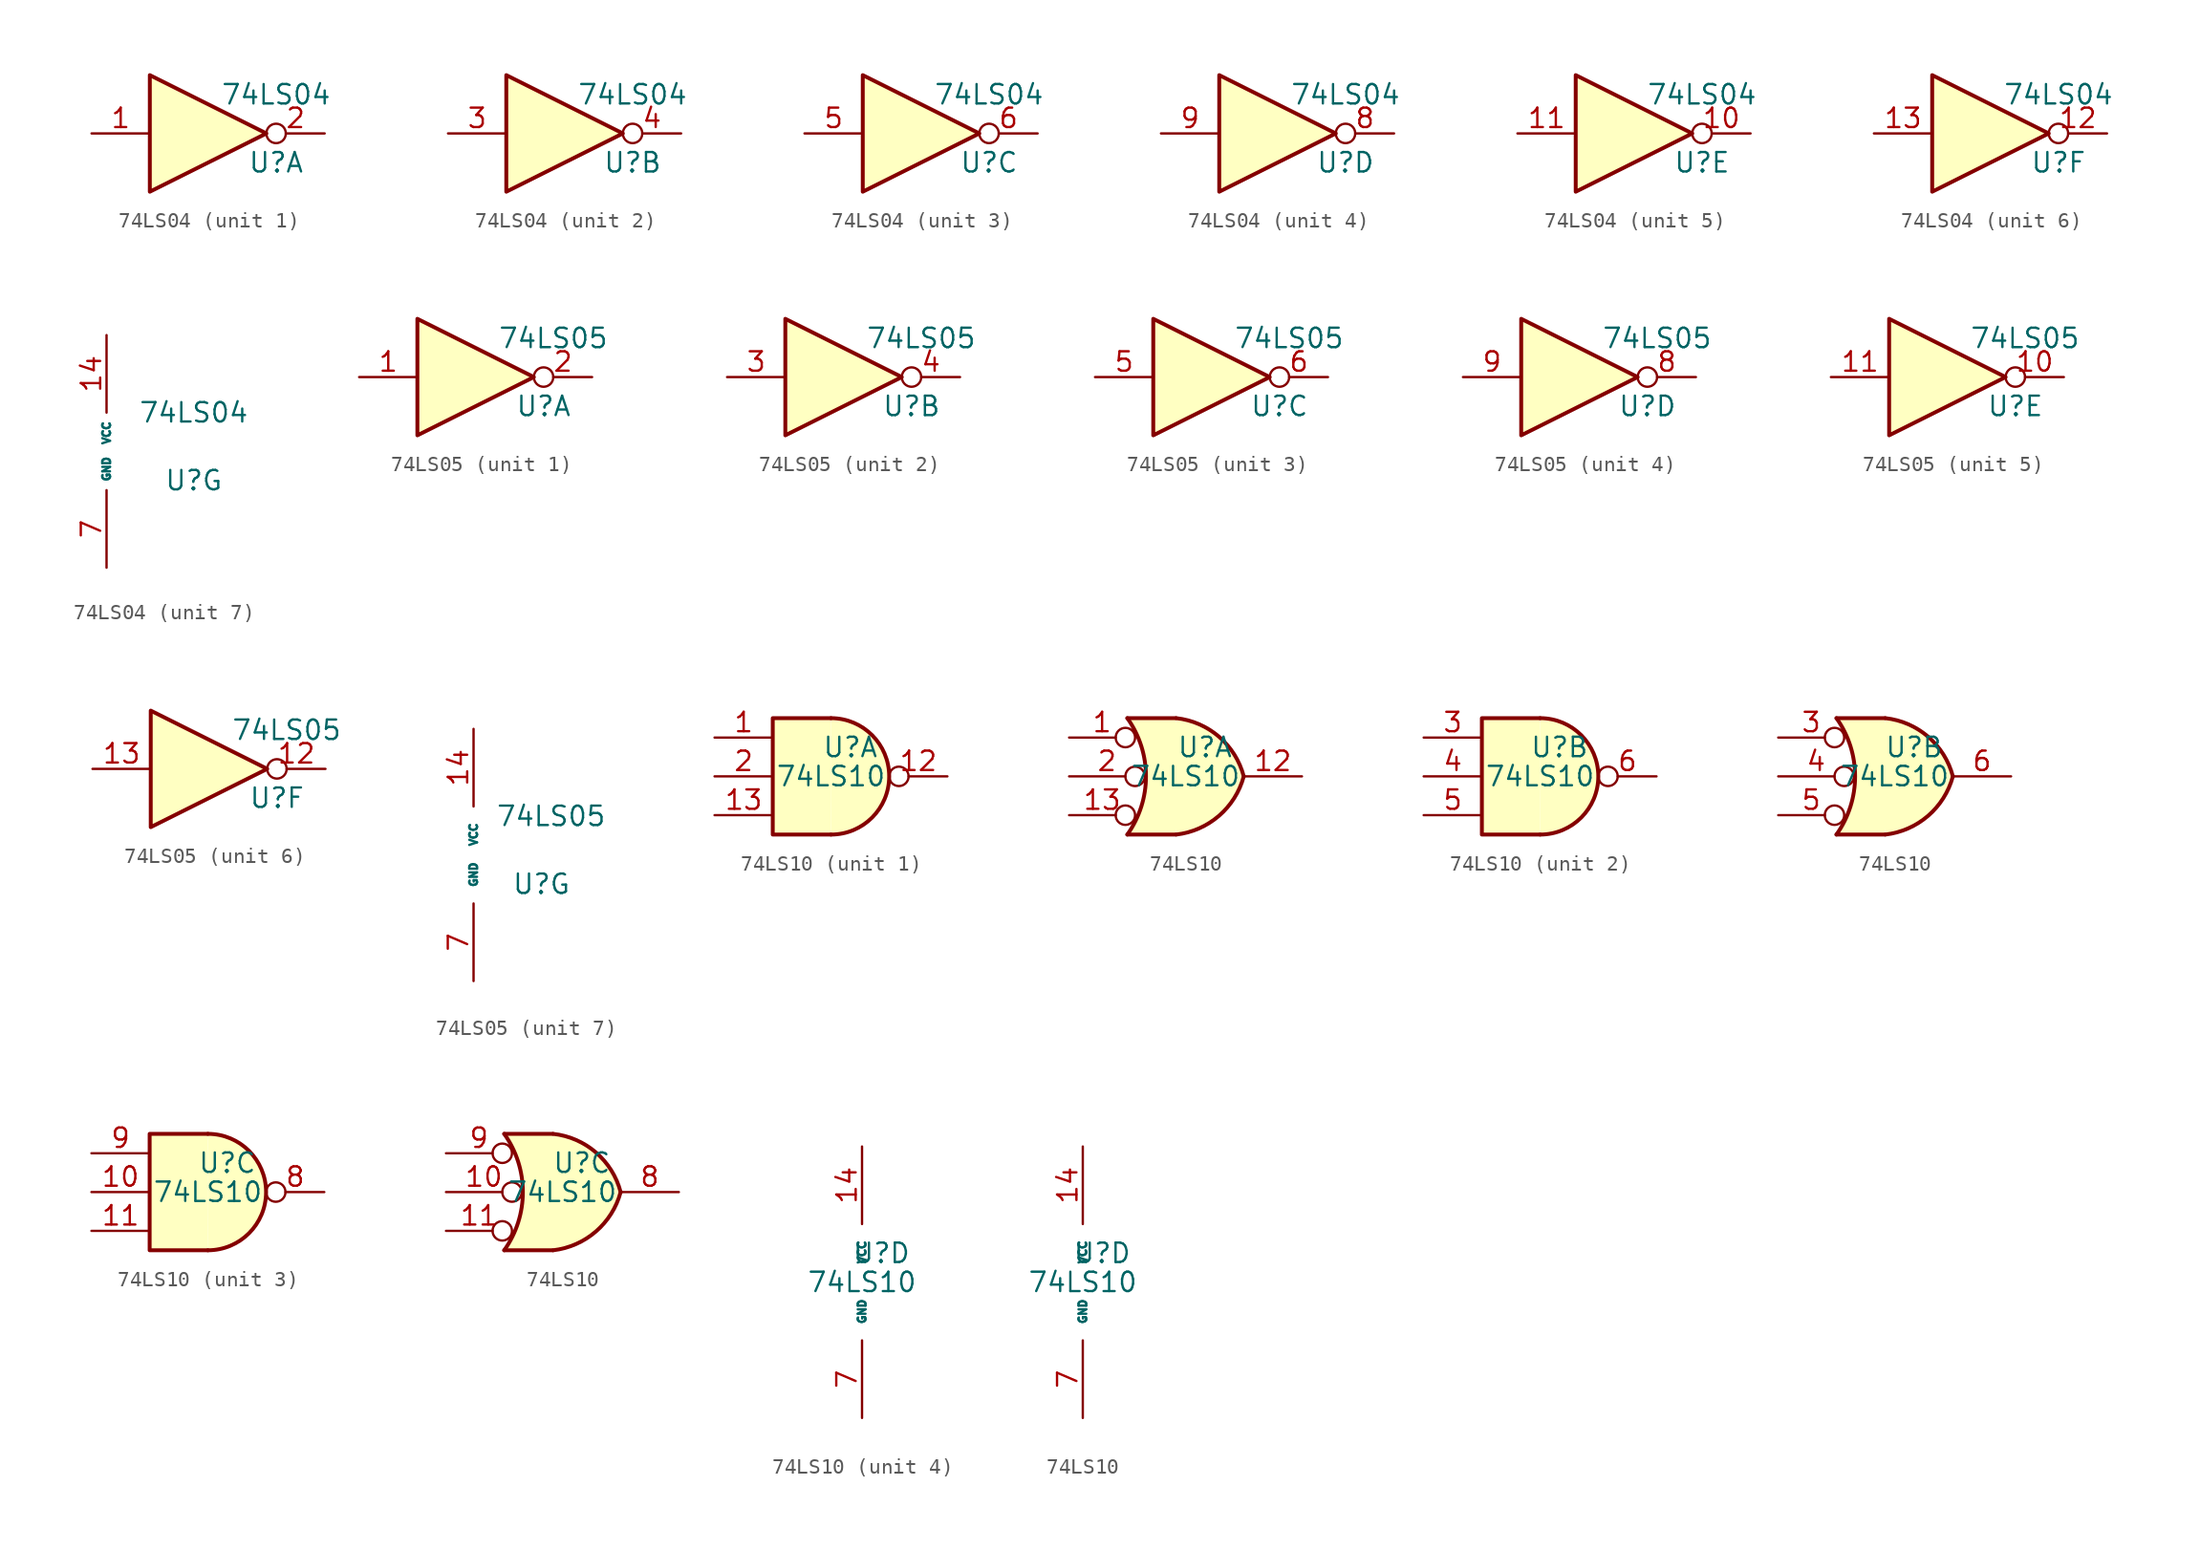
<source format=kicad_sym>
(kicad_symbol_lib
  (version 20211014)
  (generator kicad_symbol_editor)
  (symbol "74LS04"
    (property "Reference" "U"
      (at 4.445 -1.905 0)
      (effects (font (size 1.27 1.27))))
    (property "Value" "74LS04"
      (at 4.445 2.54 0)
      (effects (font (size 1.27 1.27))))
    (property "ki_locked" ""
      (at 0 0 0)
      (effects (font (size 1.27 1.27))))
    (symbol "74LS04_1_0"
      (polyline (pts (xy -3.81 3.81) (xy -3.81 -3.81) (xy 3.81 0) (xy -3.81 3.81)) (stroke (width 0.254) (type default) (color 0 0 0 0)) (fill (type background)))
      (pin input line (at -7.62 0 0) (length 3.81) (name "~" (effects (font (size 1.27 1.27)))) (number "1" (effects (font (size 1.27 1.27)))))
      (pin output inverted (at 7.62 0 180) (length 3.81) (name "~" (effects (font (size 1.27 1.27)))) (number "2" (effects (font (size 1.27 1.27))))))
    (symbol "74LS04_2_0"
      (polyline (pts (xy -3.81 3.81) (xy -3.81 -3.81) (xy 3.81 0) (xy -3.81 3.81)) (stroke (width 0.254) (type default) (color 0 0 0 0)) (fill (type background)))
      (pin input line (at -7.62 0 0) (length 3.81) (name "~" (effects (font (size 1.27 1.27)))) (number "3" (effects (font (size 1.27 1.27)))))
      (pin output inverted (at 7.62 0 180) (length 3.81) (name "~" (effects (font (size 1.27 1.27)))) (number "4" (effects (font (size 1.27 1.27))))))
    (symbol "74LS04_3_0"
      (polyline (pts (xy -3.81 3.81) (xy -3.81 -3.81) (xy 3.81 0) (xy -3.81 3.81)) (stroke (width 0.254) (type default) (color 0 0 0 0)) (fill (type background)))
      (pin input line (at -7.62 0 0) (length 3.81) (name "~" (effects (font (size 1.27 1.27)))) (number "5" (effects (font (size 1.27 1.27)))))
      (pin output inverted (at 7.62 0 180) (length 3.81) (name "~" (effects (font (size 1.27 1.27)))) (number "6" (effects (font (size 1.27 1.27))))))
    (symbol "74LS04_4_0"
      (polyline (pts (xy -3.81 3.81) (xy -3.81 -3.81) (xy 3.81 0) (xy -3.81 3.81)) (stroke (width 0.254) (type default) (color 0 0 0 0)) (fill (type background)))
      (pin output inverted (at 7.62 0 180) (length 3.81) (name "~" (effects (font (size 1.27 1.27)))) (number "8" (effects (font (size 1.27 1.27)))))
      (pin input line (at -7.62 0 0) (length 3.81) (name "~" (effects (font (size 1.27 1.27)))) (number "9" (effects (font (size 1.27 1.27))))))
    (symbol "74LS04_5_0"
      (polyline (pts (xy -3.81 3.81) (xy -3.81 -3.81) (xy 3.81 0) (xy -3.81 3.81)) (stroke (width 0.254) (type default) (color 0 0 0 0)) (fill (type background)))
      (pin output inverted (at 7.62 0 180) (length 3.81) (name "~" (effects (font (size 1.27 1.27)))) (number "10" (effects (font (size 1.27 1.27)))))
      (pin input line (at -7.62 0 0) (length 3.81) (name "~" (effects (font (size 1.27 1.27)))) (number "11" (effects (font (size 1.27 1.27))))))
    (symbol "74LS04_6_0"
      (polyline (pts (xy -3.81 3.81) (xy -3.81 -3.81) (xy 3.81 0) (xy -3.81 3.81)) (stroke (width 0.254) (type default) (color 0 0 0 0)) (fill (type background)))
      (pin output inverted (at 7.62 0 180) (length 3.81) (name "~" (effects (font (size 1.27 1.27)))) (number "12" (effects (font (size 1.27 1.27)))))
      (pin input line (at -7.62 0 0) (length 3.81) (name "~" (effects (font (size 1.27 1.27)))) (number "13" (effects (font (size 1.27 1.27))))))
    (symbol "74LS04_7_0"
      (pin power_in line (at -1.27 7.62 270) (length 5.08) (name "VCC" (effects (font (size 0.508 0.508)))) (number "14" (effects (font (size 1.27 1.27)))))
      (pin power_in line (at -1.27 -7.62 90) (length 5.08) (name "GND" (effects (font (size 0.508 0.508)))) (number "7" (effects (font (size 1.27 1.27)))))))
  (symbol "74LS05"
    (pin_names
      (offset 1.016))
    (property "Reference" "U"
      (at 4.445 -1.905 0)
      (effects (font (size 1.27 1.27))))
    (property "Value" "74LS05"
      (at 5.08 2.54 0)
      (effects (font (size 1.27 1.27))))
    (property "ki_locked" ""
      (at 0 0 0)
      (effects (font (size 1.27 1.27))))
    (symbol "74LS05_1_0"
      (polyline (pts (xy -3.81 3.81) (xy -3.81 -3.81) (xy 3.81 0) (xy -3.81 3.81)) (stroke (width 0.254) (type default) (color 0 0 0 0)) (fill (type background)))
      (pin input line (at -7.62 0 0) (length 3.81) (name "~" (effects (font (size 1.27 1.27)))) (number "1" (effects (font (size 1.27 1.27)))))
      (pin open_collector inverted (at 7.62 0 180) (length 3.81) (name "~" (effects (font (size 1.27 1.27)))) (number "2" (effects (font (size 1.27 1.27))))))
    (symbol "74LS05_2_0"
      (polyline (pts (xy -3.81 3.81) (xy -3.81 -3.81) (xy 3.81 0) (xy -3.81 3.81)) (stroke (width 0.254) (type default) (color 0 0 0 0)) (fill (type background)))
      (pin input line (at -7.62 0 0) (length 3.81) (name "~" (effects (font (size 1.27 1.27)))) (number "3" (effects (font (size 1.27 1.27)))))
      (pin open_collector inverted (at 7.62 0 180) (length 3.81) (name "~" (effects (font (size 1.27 1.27)))) (number "4" (effects (font (size 1.27 1.27))))))
    (symbol "74LS05_3_0"
      (polyline (pts (xy -3.81 3.81) (xy -3.81 -3.81) (xy 3.81 0) (xy -3.81 3.81)) (stroke (width 0.254) (type default) (color 0 0 0 0)) (fill (type background)))
      (pin input line (at -7.62 0 0) (length 3.81) (name "~" (effects (font (size 1.27 1.27)))) (number "5" (effects (font (size 1.27 1.27)))))
      (pin open_collector inverted (at 7.62 0 180) (length 3.81) (name "~" (effects (font (size 1.27 1.27)))) (number "6" (effects (font (size 1.27 1.27))))))
    (symbol "74LS05_4_0"
      (polyline (pts (xy -3.81 3.81) (xy -3.81 -3.81) (xy 3.81 0) (xy -3.81 3.81)) (stroke (width 0.254) (type default) (color 0 0 0 0)) (fill (type background)))
      (pin open_collector inverted (at 7.62 0 180) (length 3.81) (name "~" (effects (font (size 1.27 1.27)))) (number "8" (effects (font (size 1.27 1.27)))))
      (pin input line (at -7.62 0 0) (length 3.81) (name "~" (effects (font (size 1.27 1.27)))) (number "9" (effects (font (size 1.27 1.27))))))
    (symbol "74LS05_5_0"
      (polyline (pts (xy -3.81 3.81) (xy -3.81 -3.81) (xy 3.81 0) (xy -3.81 3.81)) (stroke (width 0.254) (type default) (color 0 0 0 0)) (fill (type background)))
      (pin open_collector inverted (at 7.62 0 180) (length 3.81) (name "~" (effects (font (size 1.27 1.27)))) (number "10" (effects (font (size 1.27 1.27)))))
      (pin input line (at -7.62 0 0) (length 3.81) (name "~" (effects (font (size 1.27 1.27)))) (number "11" (effects (font (size 1.27 1.27))))))
    (symbol "74LS05_6_0"
      (polyline (pts (xy -3.81 3.81) (xy -3.81 -3.81) (xy 3.81 0) (xy -3.81 3.81)) (stroke (width 0.254) (type default) (color 0 0 0 0)) (fill (type background)))
      (pin open_collector inverted (at 7.62 0 180) (length 3.81) (name "~" (effects (font (size 1.27 1.27)))) (number "12" (effects (font (size 1.27 1.27)))))
      (pin input line (at -7.62 0 0) (length 3.81) (name "~" (effects (font (size 1.27 1.27)))) (number "13" (effects (font (size 1.27 1.27))))))
    (symbol "74LS05_7_0"
      (pin power_in line (at 0 8.255 270) (length 5.08) (name "VCC" (effects (font (size 0.508 0.508)))) (number "14" (effects (font (size 1.27 1.27)))))
      (pin power_in line (at 0 -8.255 90) (length 5.08) (name "GND" (effects (font (size 0.508 0.508)))) (number "7" (effects (font (size 1.27 1.27)))))))
  (symbol "74LS10"
    (pin_names
      (offset 1.016))
    (property "Reference" "U"
      (at 1.27 1.905 0)
      (effects (font (size 1.27 1.27))))
    (property "Value" "74LS10"
      (at 0 0 0)
      (effects (font (size 1.27 1.27))))
    (property "ki_locked" ""
      (at 0 0 0)
      (effects (font (size 1.27 1.27))))
    (symbol "74LS10_1_1"
      (arc (start 0 -3.81) (mid 3.81 0) (end 0 3.81) (stroke (width 0.254) (type default) (color 0 0 0 0)) (fill (type background)))
      (polyline (pts (xy 0 3.81) (xy -3.81 3.81) (xy -3.81 -3.81) (xy 0 -3.81)) (stroke (width 0.254) (type default) (color 0 0 0 0)) (fill (type background)))
      (pin input line (at -7.62 2.54 0) (length 3.81) (name "~" (effects (font (size 1.27 1.27)))) (number "1" (effects (font (size 1.27 1.27)))))
      (pin output inverted (at 7.62 0 180) (length 3.81) (name "~" (effects (font (size 1.27 1.27)))) (number "12" (effects (font (size 1.27 1.27)))))
      (pin input line (at -7.62 -2.54 0) (length 3.81) (name "~" (effects (font (size 1.27 1.27)))) (number "13" (effects (font (size 1.27 1.27)))))
      (pin input line (at -7.62 0 0) (length 3.81) (name "~" (effects (font (size 1.27 1.27)))) (number "2" (effects (font (size 1.27 1.27))))))
    (symbol "74LS10_1_2"
      (arc (start -3.81 -3.81) (mid -2.589 0) (end -3.81 3.81) (stroke (width 0.254) (type default) (color 0 0 0 0)) (fill (type none)))
      (arc (start -0.6096 -3.81) (mid 2.1855 -2.584) (end 3.81 0) (stroke (width 0.254) (type default) (color 0 0 0 0)) (fill (type background)))
      (polyline (pts (xy -3.81 -3.81) (xy -0.635 -3.81)) (stroke (width 0.254) (type default) (color 0 0 0 0)) (fill (type background)))
      (polyline (pts (xy -3.81 3.81) (xy -0.635 3.81)) (stroke (width 0.254) (type default) (color 0 0 0 0)) (fill (type background)))
      (polyline (pts (xy -0.635 3.81) (xy -3.81 3.81) (xy -3.81 3.81) (xy -3.556 3.404) (xy -3.023 2.261) (xy -2.692 1.041) (xy -2.616 -0.254) (xy -2.769 -1.499) (xy -3.175 -2.718) (xy -3.81 -3.81) (xy -3.81 -3.81) (xy -0.635 -3.81)) (stroke (width -25.4) (type default) (color 0 0 0 0)) (fill (type background)))
      (arc (start 3.81 0) (mid 2.1928 2.5925) (end -0.6096 3.81) (stroke (width 0.254) (type default) (color 0 0 0 0)) (fill (type background)))
      (pin input inverted (at -7.62 2.54 0) (length 4.318) (name "~" (effects (font (size 1.27 1.27)))) (number "1" (effects (font (size 1.27 1.27)))))
      (pin output line (at 7.62 0 180) (length 3.81) (name "~" (effects (font (size 1.27 1.27)))) (number "12" (effects (font (size 1.27 1.27)))))
      (pin input inverted (at -7.62 -2.54 0) (length 4.318) (name "~" (effects (font (size 1.27 1.27)))) (number "13" (effects (font (size 1.27 1.27)))))
      (pin input inverted (at -7.62 0 0) (length 4.953) (name "~" (effects (font (size 1.27 1.27)))) (number "2" (effects (font (size 1.27 1.27))))))
    (symbol "74LS10_2_1"
      (arc (start 0 -3.81) (mid 3.81 0) (end 0 3.81) (stroke (width 0.254) (type default) (color 0 0 0 0)) (fill (type background)))
      (polyline (pts (xy 0 3.81) (xy -3.81 3.81) (xy -3.81 -3.81) (xy 0 -3.81)) (stroke (width 0.254) (type default) (color 0 0 0 0)) (fill (type background)))
      (pin input line (at -7.62 2.54 0) (length 3.81) (name "~" (effects (font (size 1.27 1.27)))) (number "3" (effects (font (size 1.27 1.27)))))
      (pin input line (at -7.62 0 0) (length 3.81) (name "~" (effects (font (size 1.27 1.27)))) (number "4" (effects (font (size 1.27 1.27)))))
      (pin input line (at -7.62 -2.54 0) (length 3.81) (name "~" (effects (font (size 1.27 1.27)))) (number "5" (effects (font (size 1.27 1.27)))))
      (pin output inverted (at 7.62 0 180) (length 3.81) (name "~" (effects (font (size 1.27 1.27)))) (number "6" (effects (font (size 1.27 1.27))))))
    (symbol "74LS10_2_2"
      (arc (start -3.81 -3.81) (mid -2.589 0) (end -3.81 3.81) (stroke (width 0.254) (type default) (color 0 0 0 0)) (fill (type none)))
      (arc (start -0.6096 -3.81) (mid 2.1855 -2.584) (end 3.81 0) (stroke (width 0.254) (type default) (color 0 0 0 0)) (fill (type background)))
      (polyline (pts (xy -3.81 -3.81) (xy -0.635 -3.81)) (stroke (width 0.254) (type default) (color 0 0 0 0)) (fill (type background)))
      (polyline (pts (xy -3.81 3.81) (xy -0.635 3.81)) (stroke (width 0.254) (type default) (color 0 0 0 0)) (fill (type background)))
      (polyline (pts (xy -0.635 3.81) (xy -3.81 3.81) (xy -3.81 3.81) (xy -3.556 3.404) (xy -3.023 2.261) (xy -2.692 1.041) (xy -2.616 -0.254) (xy -2.769 -1.499) (xy -3.175 -2.718) (xy -3.81 -3.81) (xy -3.81 -3.81) (xy -0.635 -3.81)) (stroke (width -25.4) (type default) (color 0 0 0 0)) (fill (type background)))
      (arc (start 3.81 0) (mid 2.1928 2.5925) (end -0.6096 3.81) (stroke (width 0.254) (type default) (color 0 0 0 0)) (fill (type background)))
      (pin input inverted (at -7.62 2.54 0) (length 4.318) (name "~" (effects (font (size 1.27 1.27)))) (number "3" (effects (font (size 1.27 1.27)))))
      (pin input inverted (at -7.62 0 0) (length 4.953) (name "~" (effects (font (size 1.27 1.27)))) (number "4" (effects (font (size 1.27 1.27)))))
      (pin input inverted (at -7.62 -2.54 0) (length 4.318) (name "~" (effects (font (size 1.27 1.27)))) (number "5" (effects (font (size 1.27 1.27)))))
      (pin output line (at 7.62 0 180) (length 3.81) (name "~" (effects (font (size 1.27 1.27)))) (number "6" (effects (font (size 1.27 1.27))))))
    (symbol "74LS10_3_1"
      (arc (start 0 -3.81) (mid 3.81 0) (end 0 3.81) (stroke (width 0.254) (type default) (color 0 0 0 0)) (fill (type background)))
      (polyline (pts (xy 0 3.81) (xy -3.81 3.81) (xy -3.81 -3.81) (xy 0 -3.81)) (stroke (width 0.254) (type default) (color 0 0 0 0)) (fill (type background)))
      (pin input line (at -7.62 0 0) (length 3.81) (name "~" (effects (font (size 1.27 1.27)))) (number "10" (effects (font (size 1.27 1.27)))))
      (pin input line (at -7.62 -2.54 0) (length 3.81) (name "~" (effects (font (size 1.27 1.27)))) (number "11" (effects (font (size 1.27 1.27)))))
      (pin output inverted (at 7.62 0 180) (length 3.81) (name "~" (effects (font (size 1.27 1.27)))) (number "8" (effects (font (size 1.27 1.27)))))
      (pin input line (at -7.62 2.54 0) (length 3.81) (name "~" (effects (font (size 1.27 1.27)))) (number "9" (effects (font (size 1.27 1.27))))))
    (symbol "74LS10_3_2"
      (arc (start -3.81 -3.81) (mid -2.589 0) (end -3.81 3.81) (stroke (width 0.254) (type default) (color 0 0 0 0)) (fill (type none)))
      (arc (start -0.6096 -3.81) (mid 2.1855 -2.584) (end 3.81 0) (stroke (width 0.254) (type default) (color 0 0 0 0)) (fill (type background)))
      (polyline (pts (xy -3.81 -3.81) (xy -0.635 -3.81)) (stroke (width 0.254) (type default) (color 0 0 0 0)) (fill (type background)))
      (polyline (pts (xy -3.81 3.81) (xy -0.635 3.81)) (stroke (width 0.254) (type default) (color 0 0 0 0)) (fill (type background)))
      (polyline (pts (xy -0.635 3.81) (xy -3.81 3.81) (xy -3.81 3.81) (xy -3.556 3.404) (xy -3.023 2.261) (xy -2.692 1.041) (xy -2.616 -0.254) (xy -2.769 -1.499) (xy -3.175 -2.718) (xy -3.81 -3.81) (xy -3.81 -3.81) (xy -0.635 -3.81)) (stroke (width -25.4) (type default) (color 0 0 0 0)) (fill (type background)))
      (arc (start 3.81 0) (mid 2.1928 2.5925) (end -0.6096 3.81) (stroke (width 0.254) (type default) (color 0 0 0 0)) (fill (type background)))
      (pin input inverted (at -7.62 0 0) (length 4.953) (name "~" (effects (font (size 1.27 1.27)))) (number "10" (effects (font (size 1.27 1.27)))))
      (pin input inverted (at -7.62 -2.54 0) (length 4.318) (name "~" (effects (font (size 1.27 1.27)))) (number "11" (effects (font (size 1.27 1.27)))))
      (pin output line (at 7.62 0 180) (length 3.81) (name "~" (effects (font (size 1.27 1.27)))) (number "8" (effects (font (size 1.27 1.27)))))
      (pin input inverted (at -7.62 2.54 0) (length 4.318) (name "~" (effects (font (size 1.27 1.27)))) (number "9" (effects (font (size 1.27 1.27))))))
    (symbol "74LS10_4_0"
      (pin power_in line (at 0 8.89 270) (length 5.08) (name "VCC" (effects (font (size 0.508 0.508)))) (number "14" (effects (font (size 1.27 1.27)))))
      (pin power_in line (at 0 -8.89 90) (length 5.08) (name "GND" (effects (font (size 0.508 0.508)))) (number "7" (effects (font (size 1.27 1.27))))))))
</source>
